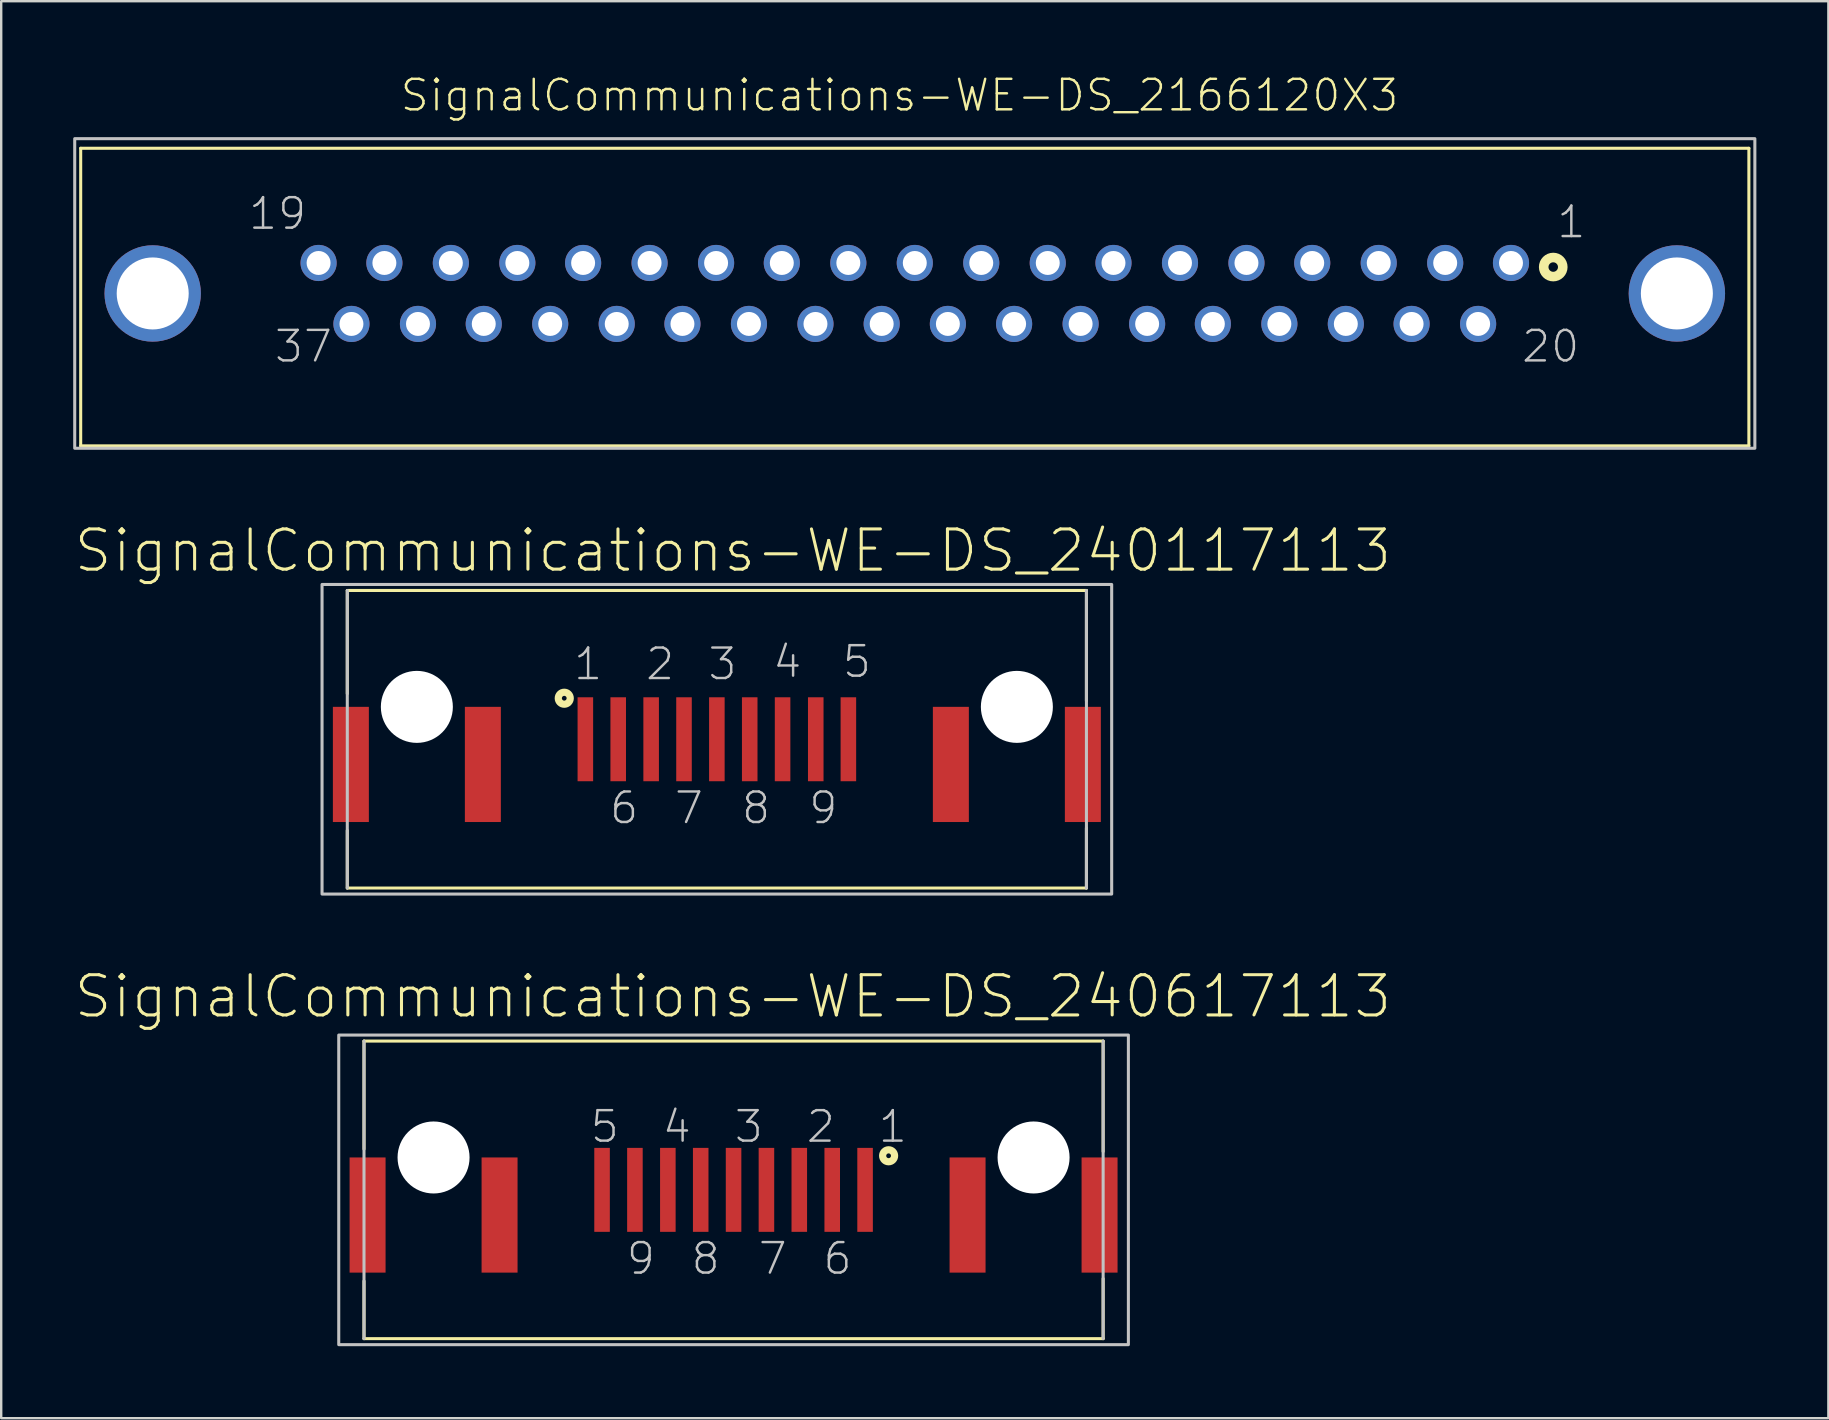
<source format=kicad_pcb>
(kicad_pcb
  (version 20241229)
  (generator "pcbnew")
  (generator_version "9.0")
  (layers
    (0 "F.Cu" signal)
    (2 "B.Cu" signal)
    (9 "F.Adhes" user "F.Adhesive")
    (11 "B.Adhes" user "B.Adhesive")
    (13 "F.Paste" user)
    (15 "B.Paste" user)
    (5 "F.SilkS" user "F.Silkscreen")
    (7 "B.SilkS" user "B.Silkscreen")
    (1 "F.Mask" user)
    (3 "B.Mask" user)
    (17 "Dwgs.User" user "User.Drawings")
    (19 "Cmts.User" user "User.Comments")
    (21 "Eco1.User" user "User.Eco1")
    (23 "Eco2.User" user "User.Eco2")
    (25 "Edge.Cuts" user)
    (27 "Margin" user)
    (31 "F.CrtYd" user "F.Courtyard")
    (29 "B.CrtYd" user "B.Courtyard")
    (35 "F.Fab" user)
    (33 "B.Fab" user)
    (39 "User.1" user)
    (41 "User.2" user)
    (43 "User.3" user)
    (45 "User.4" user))
  (footprint "SignalCommunications-WE-DS_240617113"
    (layer "F.Cu")
    (at 27.512 46.522)
    (property "Reference" "SignalCommunications-WE-DS_240617113" (at -0.028 -8.057 0) (layer "F.SilkS") (effects (font (size 1.676 1.676) (thickness 0.127))))
    (attr smd)
    (fp_line (start -15.397 -6.198) (end 15.397 -6.198) (stroke (width 0.127) (type solid)) (layer "F.SilkS"))
    (fp_line (start -15.397 -1.699) (end -15.397 -6.198) (stroke (width 0.127) (type solid)) (layer "F.SilkS"))
    (fp_line (start -15.397 3.8) (end -15.397 6.198) (stroke (width 0.127) (type solid)) (layer "F.SilkS"))
    (fp_line (start -15.397 6.198) (end 15.397 6.198) (stroke (width 0.127) (type solid)) (layer "F.SilkS"))
    (fp_line (start 15.397 -1.598) (end 15.397 -6.198) (stroke (width 0.127) (type solid)) (layer "F.SilkS"))
    (fp_line (start 15.397 3.698) (end 15.397 6.198) (stroke (width 0.127) (type solid)) (layer "F.SilkS"))
    (fp_circle (center 6.459 -1.42) (end 6.459 -1.519) (stroke (width 0.3) (type solid)) (fill no) (layer "F.SilkS"))
    (fp_line (start -15.397 -6.198) (end -15.397 6.198) (stroke (width 0.127) (type solid)) (layer "Dwgs.User"))
    (fp_line (start 15.397 -6.198) (end 15.397 6.198) (stroke (width 0.127) (type solid)) (layer "Dwgs.User"))
    (fp_poly (pts (xy -16.449 -6.449) (xy 16.449 -6.449) (xy 16.449 6.449) (xy -16.449 6.449) (xy -16.449 -6.449)) (stroke (width 0.127) (type solid)) (fill no) (layer "Dwgs.User"))
    (fp_text user "2" (at 3.635 -2.634 0) (layer "Dwgs.User") (effects (font (size 1.27 1.27) (thickness 0.102))))
    (fp_text user "5" (at -5.364 -2.634 0) (layer "Dwgs.User") (effects (font (size 1.27 1.27) (thickness 0.102))))
    (fp_text user "8" (at -1.163 2.863 0) (layer "Dwgs.User") (effects (font (size 1.27 1.27) (thickness 0.102))))
    (fp_text user "4" (at -2.365 -2.634 0) (layer "Dwgs.User") (effects (font (size 1.27 1.27) (thickness 0.102))))
    (fp_text user "3" (at 0.635 -2.634 0) (layer "Dwgs.User") (effects (font (size 1.27 1.27) (thickness 0.102))))
    (fp_text user "1" (at 6.634 -2.634 0) (layer "Dwgs.User") (effects (font (size 1.27 1.27) (thickness 0.102))))
    (fp_text user "9" (at -3.863 2.863 0) (layer "Dwgs.User") (effects (font (size 1.27 1.27) (thickness 0.102))))
    (fp_text user "7" (at 1.633 2.863 0) (layer "Dwgs.User") (effects (font (size 1.27 1.27) (thickness 0.102))))
    (fp_text user "6" (at 4.333 2.863 0) (layer "Dwgs.User") (effects (font (size 1.27 1.27) (thickness 0.102))))
    (pad "" np_thru_hole circle (at -12.499 -1.349) (size 3 3) (drill 3) (layers "*.Cu" "*.Mask"))
    (pad "" np_thru_hole circle (at 12.499 -1.349) (size 3 3) (drill 3) (layers "*.Cu" "*.Mask"))
    (pad "1" smd rect (at 5.479 0) (size 0.648 3.498) (layers "F.Cu" "F.Mask" "F.Paste"))
    (pad "2" smd rect (at 2.738 0) (size 0.648 3.498) (layers "F.Cu" "F.Mask" "F.Paste"))
    (pad "3" smd rect (at 0 0) (size 0.648 3.498) (layers "F.Cu" "F.Mask" "F.Paste"))
    (pad "4" smd rect (at -2.738 0) (size 0.648 3.498) (layers "F.Cu" "F.Mask" "F.Paste"))
    (pad "5" smd rect (at -5.479 0) (size 0.648 3.498) (layers "F.Cu" "F.Mask" "F.Paste"))
    (pad "6" smd rect (at 4.11 0) (size 0.648 3.498) (layers "F.Cu" "F.Mask" "F.Paste"))
    (pad "7" smd rect (at 1.369 0) (size 0.648 3.498) (layers "F.Cu" "F.Mask" "F.Paste"))
    (pad "8" smd rect (at -1.369 0) (size 0.648 3.498) (layers "F.Cu" "F.Mask" "F.Paste"))
    (pad "9" smd rect (at -4.11 0) (size 0.648 3.498) (layers "F.Cu" "F.Mask" "F.Paste"))
    (pad "10" smd rect (at -15.248 1.049) (size 1.499 4.798) (layers "F.Cu" "F.Mask" "F.Paste"))
    (pad "11" smd rect (at -9.749 1.049) (size 1.499 4.798) (layers "F.Cu" "F.Mask" "F.Paste"))
    (pad "12" smd rect (at 9.749 1.049) (size 1.499 4.798) (layers "F.Cu" "F.Mask" "F.Paste"))
    (pad "13" smd rect (at 15.248 1.049) (size 1.499 4.798) (layers "F.Cu" "F.Mask" "F.Paste")))
  (footprint "SignalCommunications-WE-DS_240117113"
    (layer "F.Cu")
    (at 26.816 27.749)
    (property "Reference" "SignalCommunications-WE-DS_240117113" (at 0.668 -7.856 0) (layer "F.SilkS") (effects (font (size 1.676 1.676) (thickness 0.127))))
    (attr smd)
    (fp_line (start -15.397 -6.198) (end 15.397 -6.198) (stroke (width 0.127) (type solid)) (layer "F.SilkS"))
    (fp_line (start -15.397 -1.9) (end -15.397 -6.198) (stroke (width 0.127) (type solid)) (layer "F.SilkS"))
    (fp_line (start -15.397 3.8) (end -15.397 6.198) (stroke (width 0.127) (type solid)) (layer "F.SilkS"))
    (fp_line (start -15.397 6.198) (end 15.397 6.198) (stroke (width 0.127) (type solid)) (layer "F.SilkS"))
    (fp_line (start 15.397 -1.598) (end 15.397 -6.198) (stroke (width 0.127) (type solid)) (layer "F.SilkS"))
    (fp_line (start 15.397 3.698) (end 15.397 6.198) (stroke (width 0.127) (type solid)) (layer "F.SilkS"))
    (fp_circle (center -6.358 -1.709) (end -6.358 -1.808) (stroke (width 0.3) (type solid)) (fill no) (layer "F.SilkS"))
    (fp_line (start -15.397 -6.198) (end -15.397 6.198) (stroke (width 0.127) (type solid)) (layer "Dwgs.User"))
    (fp_line (start 15.397 -6.198) (end 15.397 6.198) (stroke (width 0.127) (type solid)) (layer "Dwgs.User"))
    (fp_poly (pts (xy -16.449 -6.449) (xy 16.449 -6.449) (xy 16.449 6.449) (xy -16.449 6.449) (xy -16.449 -6.449)) (stroke (width 0.127) (type solid)) (fill no) (layer "Dwgs.User"))
    (fp_text user "6" (at -3.863 2.863 0) (layer "Dwgs.User") (effects (font (size 1.27 1.27) (thickness 0.102))))
    (fp_text user "9" (at 4.435 2.863 0) (layer "Dwgs.User") (effects (font (size 1.27 1.27) (thickness 0.102))))
    (fp_text user "8" (at 1.633 2.863 0) (layer "Dwgs.User") (effects (font (size 1.27 1.27) (thickness 0.102))))
    (fp_text user "3" (at 0.234 -3.134 0) (layer "Dwgs.User") (effects (font (size 1.27 1.27) (thickness 0.102))))
    (fp_text user "4" (at 2.934 -3.233 0) (layer "Dwgs.User") (effects (font (size 1.27 1.27) (thickness 0.102))))
    (fp_text user "2" (at -2.365 -3.134 0) (layer "Dwgs.User") (effects (font (size 1.27 1.27) (thickness 0.102))))
    (fp_text user "5" (at 5.834 -3.233 0) (layer "Dwgs.User") (effects (font (size 1.27 1.27) (thickness 0.102))))
    (fp_text user "7" (at -1.163 2.863 0) (layer "Dwgs.User") (effects (font (size 1.27 1.27) (thickness 0.102))))
    (fp_text user "1" (at -5.364 -3.134 0) (layer "Dwgs.User") (effects (font (size 1.27 1.27) (thickness 0.102))))
    (pad "" np_thru_hole circle (at -12.499 -1.349) (size 3 3) (drill 3) (layers "*.Cu" "*.Mask"))
    (pad "" np_thru_hole circle (at 12.499 -1.349) (size 3 3) (drill 3) (layers "*.Cu" "*.Mask"))
    (pad "1" smd rect (at -5.479 0) (size 0.648 3.498) (layers "F.Cu" "F.Mask" "F.Paste"))
    (pad "2" smd rect (at -2.738 0) (size 0.648 3.498) (layers "F.Cu" "F.Mask" "F.Paste"))
    (pad "3" smd rect (at 0 0) (size 0.648 3.498) (layers "F.Cu" "F.Mask" "F.Paste"))
    (pad "4" smd rect (at 2.738 0) (size 0.648 3.498) (layers "F.Cu" "F.Mask" "F.Paste"))
    (pad "5" smd rect (at 5.479 0) (size 0.648 3.498) (layers "F.Cu" "F.Mask" "F.Paste"))
    (pad "6" smd rect (at -4.11 0) (size 0.648 3.498) (layers "F.Cu" "F.Mask" "F.Paste"))
    (pad "7" smd rect (at -1.369 0) (size 0.648 3.498) (layers "F.Cu" "F.Mask" "F.Paste"))
    (pad "8" smd rect (at 1.369 0) (size 0.648 3.498) (layers "F.Cu" "F.Mask" "F.Paste"))
    (pad "9" smd rect (at 4.12 0) (size 0.648 3.498) (layers "F.Cu" "F.Mask" "F.Paste"))
    (pad "10" smd rect (at -15.248 1.049) (size 1.499 4.798) (layers "F.Cu" "F.Mask" "F.Paste"))
    (pad "11" smd rect (at -9.749 1.049) (size 1.499 4.798) (layers "F.Cu" "F.Mask" "F.Paste"))
    (pad "12" smd rect (at 9.749 1.049) (size 1.499 4.798) (layers "F.Cu" "F.Mask" "F.Paste"))
    (pad "13" smd rect (at 15.248 1.049) (size 1.499 4.798) (layers "F.Cu" "F.Mask" "F.Paste")))
  (footprint "SignalCommunications-WE-DS_2166120X3"
    (layer "F.Cu")
    (at 35.062 9.176)
    (property "Reference" "SignalCommunications-WE-DS_2166120X3" (at -0.635 -8.255 0) (layer "F.SilkS") (effects (font (size 1.27 1.27) (thickness 0.102))))
    (attr exclude_from_pos_files exclude_from_bom)
    (fp_line (start -34.75 -6.048) (end -34.75 6.35) (stroke (width 0.127) (type solid)) (layer "F.SilkS"))
    (fp_line (start -34.75 -6.048) (end 34.75 -6.048) (stroke (width 0.127) (type solid)) (layer "F.SilkS"))
    (fp_line (start -34.75 6.35) (end 34.75 6.35) (stroke (width 0.127) (type solid)) (layer "F.SilkS"))
    (fp_line (start 34.75 -6.048) (end 34.75 6.35) (stroke (width 0.127) (type solid)) (layer "F.SilkS"))
    (fp_circle (center 26.599 -1.1) (end 26.599 -1.298) (stroke (width 0.399) (type solid)) (fill no) (layer "F.SilkS"))
    (fp_poly (pts (xy -34.999 -6.449) (xy 34.999 -6.449) (xy 34.999 6.449) (xy -34.999 6.449) (xy -34.999 -6.449)) (stroke (width 0.127) (type solid)) (fill no) (layer "Dwgs.User"))
    (fp_text user "20" (at 26.49 2.205 0) (layer "Dwgs.User") (effects (font (size 1.27 1.27) (thickness 0.102))))
    (fp_text user "19" (at -26.548 -3.325 0) (layer "Dwgs.User") (effects (font (size 1.27 1.27) (thickness 0.102))))
    (fp_text user "1" (at 27.353 -2.974 0) (layer "Dwgs.User") (effects (font (size 1.27 1.27) (thickness 0.102))))
    (fp_text user "37" (at -25.469 2.205 0) (layer "Dwgs.User") (effects (font (size 1.27 1.27) (thickness 0.102))))
    (pad "1" thru_hole circle (at 24.839 -1.27) (size 1.506 1.506) (drill 0.998) (layers "*.Cu" "*.Paste" "*.Mask"))
    (pad "2" thru_hole circle (at 22.098 -1.27) (size 1.506 1.506) (drill 0.998) (layers "*.Cu" "*.Paste" "*.Mask"))
    (pad "3" thru_hole circle (at 19.329 -1.27) (size 1.506 1.506) (drill 0.998) (layers "*.Cu" "*.Paste" "*.Mask"))
    (pad "4" thru_hole circle (at 16.558 -1.27) (size 1.506 1.506) (drill 0.998) (layers "*.Cu" "*.Paste" "*.Mask"))
    (pad "5" thru_hole circle (at 13.818 -1.27) (size 1.506 1.506) (drill 0.998) (layers "*.Cu" "*.Paste" "*.Mask"))
    (pad "6" thru_hole circle (at 11.049 -1.27) (size 1.506 1.506) (drill 0.998) (layers "*.Cu" "*.Paste" "*.Mask"))
    (pad "7" thru_hole circle (at 8.278 -1.27) (size 1.506 1.506) (drill 0.998) (layers "*.Cu" "*.Paste" "*.Mask"))
    (pad "8" thru_hole circle (at 5.54 -1.27) (size 1.506 1.506) (drill 0.998) (layers "*.Cu" "*.Paste" "*.Mask"))
    (pad "9" thru_hole circle (at 2.769 -1.27) (size 1.506 1.506) (drill 0.998) (layers "*.Cu" "*.Paste" "*.Mask"))
    (pad "10" thru_hole circle (at 0 -1.27) (size 1.506 1.506) (drill 0.998) (layers "*.Cu" "*.Paste" "*.Mask"))
    (pad "11" thru_hole circle (at -2.769 -1.27) (size 1.506 1.506) (drill 0.998) (layers "*.Cu" "*.Paste" "*.Mask"))
    (pad "12" thru_hole circle (at -5.54 -1.27) (size 1.506 1.506) (drill 0.998) (layers "*.Cu" "*.Paste" "*.Mask"))
    (pad "13" thru_hole circle (at -8.278 -1.27) (size 1.506 1.506) (drill 0.998) (layers "*.Cu" "*.Paste" "*.Mask"))
    (pad "14" thru_hole circle (at -11.049 -1.27) (size 1.506 1.506) (drill 0.998) (layers "*.Cu" "*.Paste" "*.Mask"))
    (pad "15" thru_hole circle (at -13.818 -1.27) (size 1.506 1.506) (drill 0.998) (layers "*.Cu" "*.Paste" "*.Mask"))
    (pad "16" thru_hole circle (at -16.558 -1.27) (size 1.506 1.506) (drill 0.998) (layers "*.Cu" "*.Paste" "*.Mask"))
    (pad "17" thru_hole circle (at -19.329 -1.27) (size 1.506 1.506) (drill 0.998) (layers "*.Cu" "*.Paste" "*.Mask"))
    (pad "18" thru_hole circle (at -22.098 -1.27) (size 1.506 1.506) (drill 0.998) (layers "*.Cu" "*.Paste" "*.Mask"))
    (pad "19" thru_hole circle (at -24.839 -1.27) (size 1.506 1.506) (drill 0.998) (layers "*.Cu" "*.Paste" "*.Mask"))
    (pad "20" thru_hole circle (at 23.47 1.27) (size 1.506 1.506) (drill 0.998) (layers "*.Cu" "*.Paste" "*.Mask"))
    (pad "21" thru_hole circle (at 20.698 1.27) (size 1.506 1.506) (drill 0.998) (layers "*.Cu" "*.Paste" "*.Mask"))
    (pad "22" thru_hole circle (at 17.958 1.27) (size 1.506 1.506) (drill 0.998) (layers "*.Cu" "*.Paste" "*.Mask"))
    (pad "23" thru_hole circle (at 15.189 1.27) (size 1.506 1.506) (drill 0.998) (layers "*.Cu" "*.Paste" "*.Mask"))
    (pad "24" thru_hole circle (at 12.418 1.27) (size 1.506 1.506) (drill 0.998) (layers "*.Cu" "*.Paste" "*.Mask"))
    (pad "25" thru_hole circle (at 9.68 1.27) (size 1.506 1.506) (drill 0.998) (layers "*.Cu" "*.Paste" "*.Mask"))
    (pad "26" thru_hole circle (at 6.909 1.27) (size 1.506 1.506) (drill 0.998) (layers "*.Cu" "*.Paste" "*.Mask"))
    (pad "27" thru_hole circle (at 4.138 1.27) (size 1.506 1.506) (drill 0.998) (layers "*.Cu" "*.Paste" "*.Mask"))
    (pad "28" thru_hole circle (at 1.379 1.27) (size 1.506 1.506) (drill 0.998) (layers "*.Cu" "*.Paste" "*.Mask"))
    (pad "29" thru_hole circle (at -1.379 1.27) (size 1.506 1.506) (drill 0.998) (layers "*.Cu" "*.Paste" "*.Mask"))
    (pad "30" thru_hole circle (at -4.138 1.27) (size 1.506 1.506) (drill 0.998) (layers "*.Cu" "*.Paste" "*.Mask"))
    (pad "31" thru_hole circle (at -6.909 1.27) (size 1.506 1.506) (drill 0.998) (layers "*.Cu" "*.Paste" "*.Mask"))
    (pad "32" thru_hole circle (at -9.68 1.27) (size 1.506 1.506) (drill 0.998) (layers "*.Cu" "*.Paste" "*.Mask"))
    (pad "33" thru_hole circle (at -12.418 1.27) (size 1.506 1.506) (drill 0.998) (layers "*.Cu" "*.Paste" "*.Mask"))
    (pad "34" thru_hole circle (at -15.189 1.27) (size 1.506 1.506) (drill 0.998) (layers "*.Cu" "*.Paste" "*.Mask"))
    (pad "35" thru_hole circle (at -17.958 1.27) (size 1.506 1.506) (drill 0.998) (layers "*.Cu" "*.Paste" "*.Mask"))
    (pad "36" thru_hole circle (at -20.698 1.27) (size 1.506 1.506) (drill 0.998) (layers "*.Cu" "*.Paste" "*.Mask"))
    (pad "37" thru_hole circle (at -23.47 1.27) (size 1.506 1.506) (drill 0.998) (layers "*.Cu" "*.Paste" "*.Mask"))
    (pad "GND1" thru_hole circle (at -31.75 0) (size 4.016 4.016) (drill 3) (layers "*.Cu" "*.Paste" "*.Mask"))
    (pad "GND2" thru_hole circle (at 31.75 0) (size 4.016 4.016) (drill 3) (layers "*.Cu" "*.Paste" "*.Mask")))
  (gr_rect
    (start -3 -3)
    (end 73.124 56.034)
    (stroke (width 0.1) (type default))
    (fill no)
    (layer "Edge.Cuts")))
</source>
